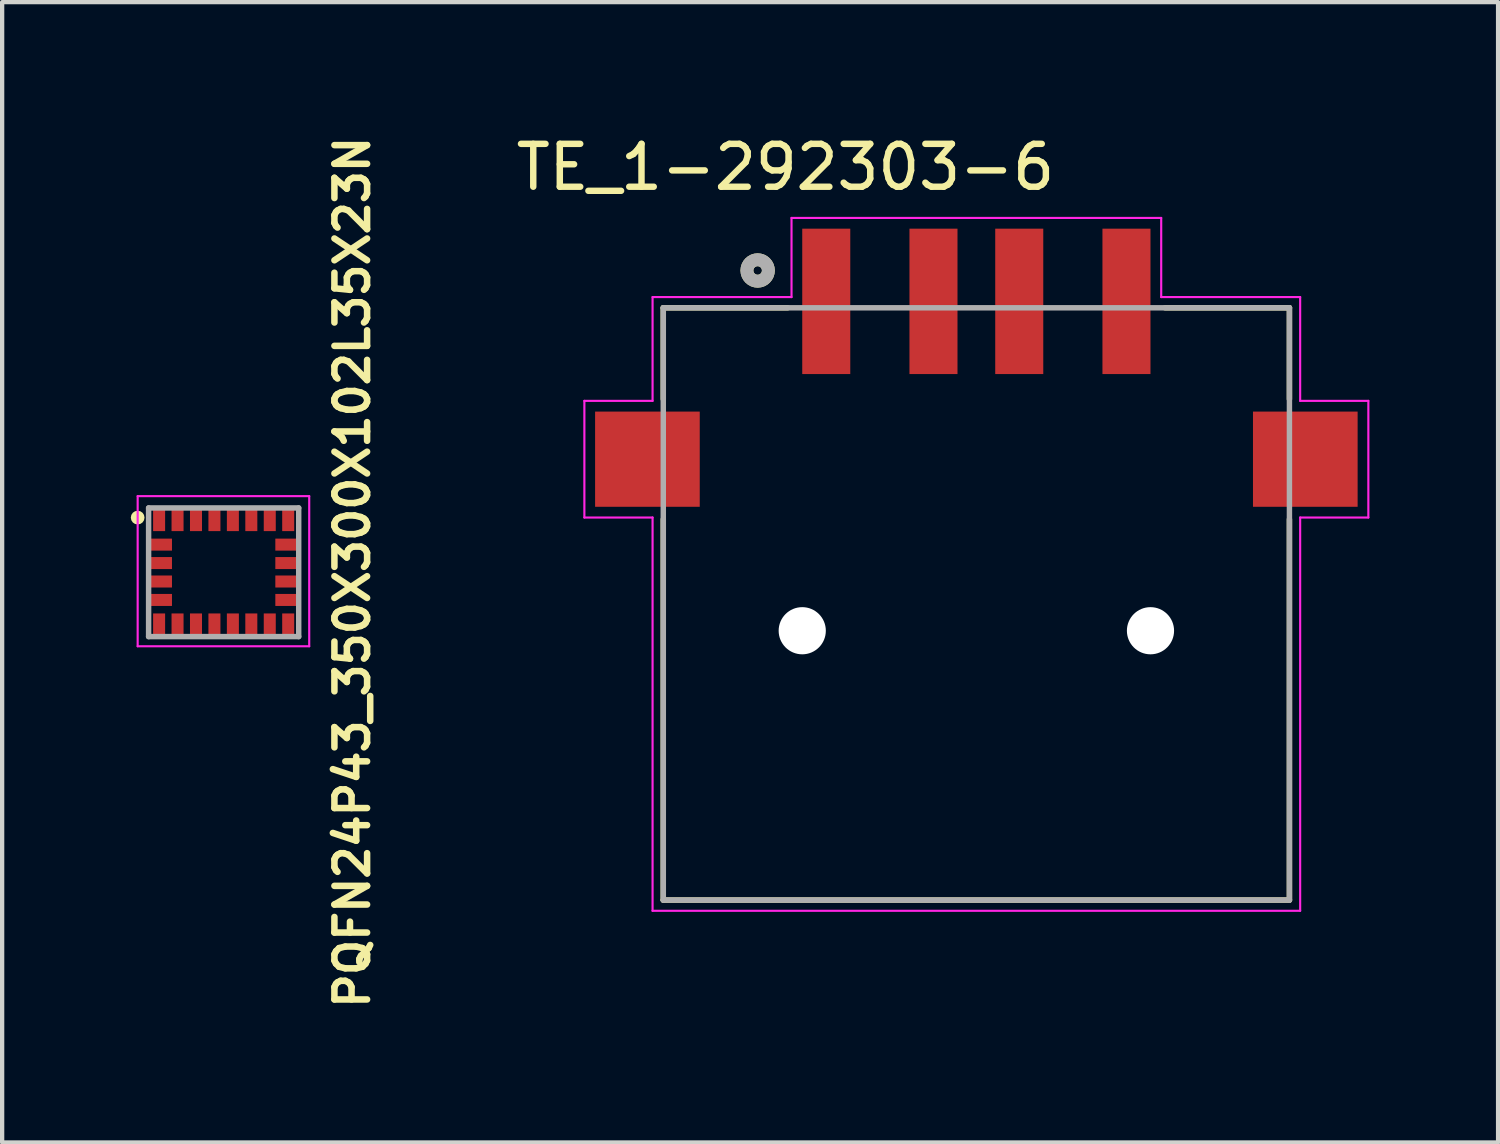
<source format=kicad_pcb>
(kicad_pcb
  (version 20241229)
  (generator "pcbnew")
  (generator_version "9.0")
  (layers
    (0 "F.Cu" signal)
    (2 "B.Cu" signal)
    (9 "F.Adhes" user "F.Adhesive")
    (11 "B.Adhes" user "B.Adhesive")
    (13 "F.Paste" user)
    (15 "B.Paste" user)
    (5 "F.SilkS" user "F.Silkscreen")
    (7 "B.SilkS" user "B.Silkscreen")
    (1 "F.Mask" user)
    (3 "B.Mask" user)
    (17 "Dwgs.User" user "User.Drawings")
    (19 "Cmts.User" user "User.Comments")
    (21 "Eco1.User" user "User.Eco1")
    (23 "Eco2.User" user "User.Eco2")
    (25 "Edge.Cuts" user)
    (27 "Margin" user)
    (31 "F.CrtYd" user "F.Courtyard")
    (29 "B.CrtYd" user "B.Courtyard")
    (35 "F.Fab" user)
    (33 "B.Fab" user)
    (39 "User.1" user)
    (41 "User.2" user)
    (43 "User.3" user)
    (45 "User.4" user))
  (footprint "PQFN24P43_350X300X102L35X23N"
    (layer "F.Cu")
    (at 2.165 10.294)
    (property "Reference" "PQFN24P43_350X300X102L35X23N" (at 3 0 270) (layer "F.SilkS") (effects (font (size 0.762 0.762) (thickness 0.152))))
    (attr through_hole)
    (fp_line (start -1.75 -1.5) (end -1.755 -1.475) (stroke (width 0.05) (type solid)) (layer "F.SilkS"))
    (fp_line (start -1.75 -1.075) (end -1.75 -1.5) (stroke (width 0.1) (type solid)) (layer "F.SilkS"))
    (fp_circle (center -2.005 -1.275) (end -1.925 -1.275) (stroke (width 0.16) (type solid)) (fill no) (layer "F.SilkS"))
    (fp_line (start -2.005 -1.775) (end 1.995 -1.775) (stroke (width 0.05) (type solid)) (layer "F.CrtYd"))
    (fp_line (start -2.005 1.725) (end -2.005 -1.775) (stroke (width 0.05) (type solid)) (layer "F.CrtYd"))
    (fp_line (start 1.995 -1.775) (end 1.995 1.725) (stroke (width 0.05) (type solid)) (layer "F.CrtYd"))
    (fp_line (start 1.995 1.725) (end -2.005 1.725) (stroke (width 0.05) (type solid)) (layer "F.CrtYd"))
    (fp_line (start -1.75 -1.5) (end 1.75 -1.5) (stroke (width 0.127) (type solid)) (layer "F.Fab"))
    (fp_line (start -1.75 1.5) (end -1.75 -1.5) (stroke (width 0.127) (type solid)) (layer "F.Fab"))
    (fp_line (start 1.75 -1.5) (end 1.75 1.5) (stroke (width 0.127) (type solid)) (layer "F.Fab"))
    (fp_line (start 1.75 1.5) (end -1.75 1.5) (stroke (width 0.127) (type solid)) (layer "F.Fab"))
    (pad "1" smd rect (at -1.505 -1.225) (size 0.28 0.53) (layers "F.Cu" "F.Mask" "F.Paste"))
    (pad "2" smd rect (at -1.47 -0.645) (size 0.53 0.28) (layers "F.Cu" "F.Mask" "F.Paste"))
    (pad "3" smd rect (at -1.47 -0.215) (size 0.53 0.28) (layers "F.Cu" "F.Mask" "F.Paste"))
    (pad "4" smd rect (at -1.47 0.215) (size 0.53 0.28) (layers "F.Cu" "F.Mask" "F.Paste"))
    (pad "5" smd rect (at -1.47 0.645) (size 0.53 0.28) (layers "F.Cu" "F.Mask" "F.Paste"))
    (pad "6" smd rect (at -1.505 1.225) (size 0.28 0.53) (layers "F.Cu" "F.Mask" "F.Paste"))
    (pad "7" smd rect (at -1.075 1.225) (size 0.28 0.53) (layers "F.Cu" "F.Mask" "F.Paste"))
    (pad "8" smd rect (at -0.645 1.225) (size 0.28 0.53) (layers "F.Cu" "F.Mask" "F.Paste"))
    (pad "9" smd rect (at -0.215 1.225) (size 0.28 0.53) (layers "F.Cu" "F.Mask" "F.Paste"))
    (pad "10" smd rect (at 0.215 1.225) (size 0.28 0.53) (layers "F.Cu" "F.Mask" "F.Paste"))
    (pad "11" smd rect (at 0.645 1.225) (size 0.28 0.53) (layers "F.Cu" "F.Mask" "F.Paste"))
    (pad "12" smd rect (at 1.075 1.225) (size 0.28 0.53) (layers "F.Cu" "F.Mask" "F.Paste"))
    (pad "13" smd rect (at 1.505 1.225) (size 0.28 0.53) (layers "F.Cu" "F.Mask" "F.Paste"))
    (pad "14" smd rect (at 1.47 0.645) (size 0.53 0.28) (layers "F.Cu" "F.Mask" "F.Paste"))
    (pad "15" smd rect (at 1.47 0.215) (size 0.53 0.28) (layers "F.Cu" "F.Mask" "F.Paste"))
    (pad "16" smd rect (at 1.47 -0.215) (size 0.53 0.28) (layers "F.Cu" "F.Mask" "F.Paste"))
    (pad "17" smd rect (at 1.47 -0.645) (size 0.53 0.28) (layers "F.Cu" "F.Mask" "F.Paste"))
    (pad "18" smd rect (at 1.505 -1.225) (size 0.28 0.53) (layers "F.Cu" "F.Mask" "F.Paste"))
    (pad "19" smd rect (at 1.075 -1.225) (size 0.28 0.53) (layers "F.Cu" "F.Mask" "F.Paste"))
    (pad "20" smd rect (at 0.645 -1.225) (size 0.28 0.53) (layers "F.Cu" "F.Mask" "F.Paste"))
    (pad "21" smd rect (at 0.215 -1.225) (size 0.28 0.53) (layers "F.Cu" "F.Mask" "F.Paste"))
    (pad "22" smd rect (at -0.215 -1.225) (size 0.28 0.53) (layers "F.Cu" "F.Mask" "F.Paste"))
    (pad "23" smd rect (at -0.645 -1.225) (size 0.28 0.53) (layers "F.Cu" "F.Mask" "F.Paste"))
    (pad "24" smd rect (at -1.075 -1.225) (size 0.28 0.53) (layers "F.Cu" "F.Mask" "F.Paste")))
  (footprint "TE_1-292303-6"
    (layer "F.Cu")
    (at 19.716 11.657)
    (property "Reference" "TE_1-292303-6" (at -4.451 -10.808 0) (layer "F.SilkS") (effects (font (size 1 1) (thickness 0.15))))
    (attr through_hole)
    (fp_line (start -7.3 -7.53) (end -4.4 -7.53) (stroke (width 0.127) (type solid)) (layer "F.SilkS"))
    (fp_line (start -7.3 -5.4) (end -7.3 -7.53) (stroke (width 0.127) (type solid)) (layer "F.SilkS"))
    (fp_line (start -7.3 -2.6) (end -7.3 6.28) (stroke (width 0.127) (type solid)) (layer "F.SilkS"))
    (fp_line (start -7.3 6.28) (end 7.3 6.28) (stroke (width 0.127) (type solid)) (layer "F.SilkS"))
    (fp_line (start 4.4 -7.53) (end 7.3 -7.53) (stroke (width 0.127) (type solid)) (layer "F.SilkS"))
    (fp_line (start 7.3 -5.4) (end 7.3 -7.53) (stroke (width 0.127) (type solid)) (layer "F.SilkS"))
    (fp_line (start 7.3 6.28) (end 7.3 -2.6) (stroke (width 0.127) (type solid)) (layer "F.SilkS"))
    (fp_circle (center -5.1 -8.4) (end -5 -8.4) (stroke (width 0.3) (type solid)) (fill no) (layer "F.SilkS"))
    (fp_line (start -9.14 -5.36) (end -7.55 -5.36) (stroke (width 0.05) (type solid)) (layer "F.CrtYd"))
    (fp_line (start -9.14 -2.64) (end -9.14 -5.36) (stroke (width 0.05) (type solid)) (layer "F.CrtYd"))
    (fp_line (start -7.55 -7.78) (end -4.31 -7.78) (stroke (width 0.05) (type solid)) (layer "F.CrtYd"))
    (fp_line (start -7.55 -5.36) (end -7.55 -7.78) (stroke (width 0.05) (type solid)) (layer "F.CrtYd"))
    (fp_line (start -7.55 -2.64) (end -9.14 -2.64) (stroke (width 0.05) (type solid)) (layer "F.CrtYd"))
    (fp_line (start -7.55 6.53) (end -7.55 -2.64) (stroke (width 0.05) (type solid)) (layer "F.CrtYd"))
    (fp_line (start -4.31 -9.625) (end 4.31 -9.625) (stroke (width 0.05) (type solid)) (layer "F.CrtYd"))
    (fp_line (start -4.31 -7.78) (end -4.31 -9.625) (stroke (width 0.05) (type solid)) (layer "F.CrtYd"))
    (fp_line (start 4.31 -9.625) (end 4.31 -7.78) (stroke (width 0.05) (type solid)) (layer "F.CrtYd"))
    (fp_line (start 4.31 -7.78) (end 7.55 -7.78) (stroke (width 0.05) (type solid)) (layer "F.CrtYd"))
    (fp_line (start 7.55 -7.78) (end 7.55 -5.36) (stroke (width 0.05) (type solid)) (layer "F.CrtYd"))
    (fp_line (start 7.55 -5.36) (end 9.14 -5.36) (stroke (width 0.05) (type solid)) (layer "F.CrtYd"))
    (fp_line (start 7.55 -2.64) (end 7.55 6.53) (stroke (width 0.05) (type solid)) (layer "F.CrtYd"))
    (fp_line (start 7.55 6.53) (end -7.55 6.53) (stroke (width 0.05) (type solid)) (layer "F.CrtYd"))
    (fp_line (start 9.14 -5.36) (end 9.14 -2.64) (stroke (width 0.05) (type solid)) (layer "F.CrtYd"))
    (fp_line (start 9.14 -2.64) (end 7.55 -2.64) (stroke (width 0.05) (type solid)) (layer "F.CrtYd"))
    (fp_line (start -7.3 -7.53) (end 7.3 -7.53) (stroke (width 0.127) (type solid)) (layer "F.Fab"))
    (fp_line (start -7.3 6.28) (end -7.3 -7.53) (stroke (width 0.127) (type solid)) (layer "F.Fab"))
    (fp_line (start 7.3 -7.53) (end 7.3 6.28) (stroke (width 0.127) (type solid)) (layer "F.Fab"))
    (fp_line (start 7.3 6.28) (end -7.3 6.28) (stroke (width 0.127) (type solid)) (layer "F.Fab"))
    (fp_circle (center -5.1 -8.4) (end -5 -8.4) (stroke (width 0.3) (type solid)) (fill no) (layer "F.Fab"))
    (pad "" np_thru_hole circle (at -4.06 0) (size 1.1 1.1) (drill 1.1) (layers "*.Cu" "*.Mask"))
    (pad "" np_thru_hole circle (at 4.06 0) (size 1.1 1.1) (drill 1.1) (layers "*.Cu" "*.Mask"))
    (pad "1" smd rect (at -3.5 -7.68) (size 1.12 3.39) (layers "F.Cu" "F.Mask" "F.Paste"))
    (pad "2" smd rect (at -1 -7.68) (size 1.12 3.39) (layers "F.Cu" "F.Mask" "F.Paste"))
    (pad "3" smd rect (at 1 -7.68) (size 1.12 3.39) (layers "F.Cu" "F.Mask" "F.Paste"))
    (pad "4" smd rect (at 3.5 -7.68) (size 1.12 3.39) (layers "F.Cu" "F.Mask" "F.Paste"))
    (pad "5" smd rect (at -7.67 -4) (size 2.44 2.22) (layers "F.Cu" "F.Mask" "F.Paste"))
    (pad "5" smd rect (at 7.67 -4) (size 2.44 2.22) (layers "F.Cu" "F.Mask" "F.Paste")))
  (gr_rect
    (start -3 -3)
    (end 31.881 23.589)
    (stroke (width 0.1) (type default))
    (fill no)
    (layer "Edge.Cuts")))
</source>
